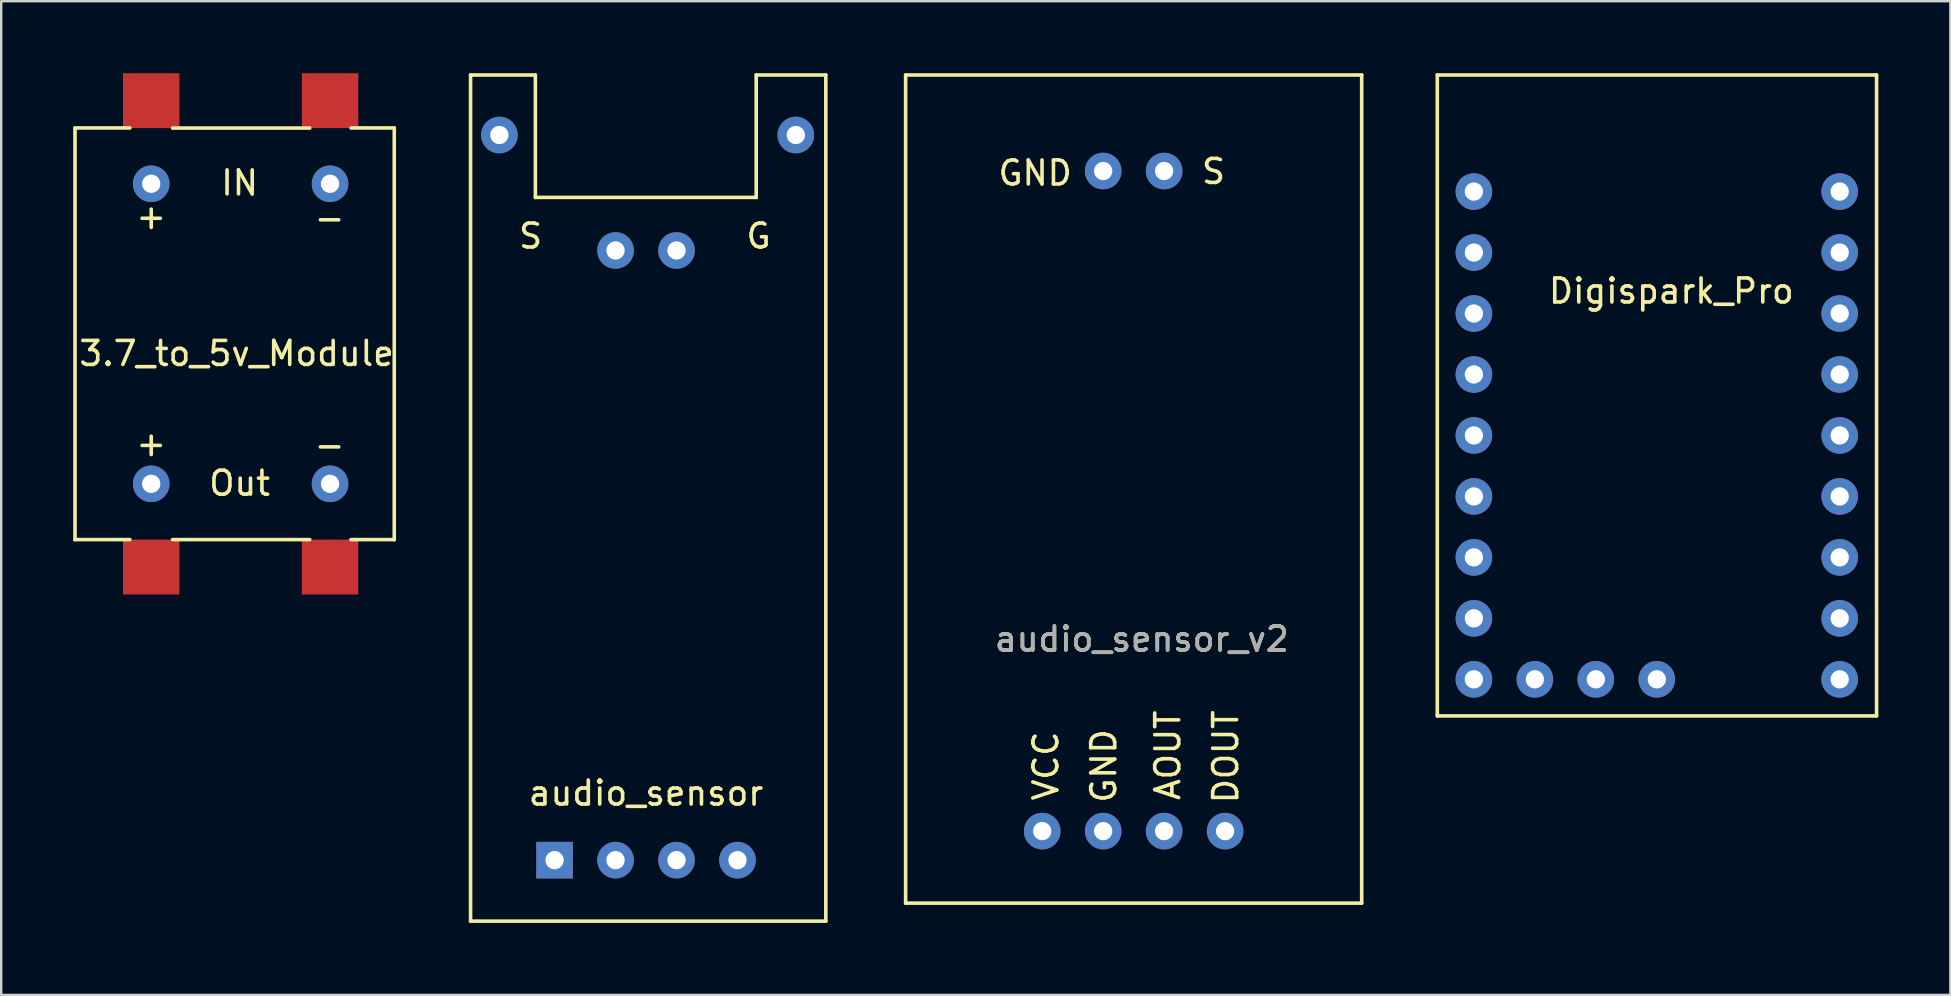
<source format=kicad_pcb>
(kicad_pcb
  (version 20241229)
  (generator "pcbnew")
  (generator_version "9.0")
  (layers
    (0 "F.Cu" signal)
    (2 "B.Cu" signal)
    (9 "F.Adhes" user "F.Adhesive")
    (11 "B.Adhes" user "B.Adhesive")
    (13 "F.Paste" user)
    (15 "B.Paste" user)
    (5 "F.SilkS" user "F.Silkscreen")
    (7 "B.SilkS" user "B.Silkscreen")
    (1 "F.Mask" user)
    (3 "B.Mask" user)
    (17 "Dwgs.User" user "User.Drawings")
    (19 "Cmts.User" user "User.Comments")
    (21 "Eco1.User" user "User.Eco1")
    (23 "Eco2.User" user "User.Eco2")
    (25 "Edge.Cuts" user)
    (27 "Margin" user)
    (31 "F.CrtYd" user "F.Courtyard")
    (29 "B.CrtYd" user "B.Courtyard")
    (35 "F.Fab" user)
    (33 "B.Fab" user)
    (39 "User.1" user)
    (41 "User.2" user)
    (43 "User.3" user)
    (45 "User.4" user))
  (footprint "Digispark_Pro"
    (layer "F.Cu")
    (at 65.929 12.525)
    (property "Reference" "Digispark_Pro" (at 0.65 -3.45 0) (layer "F.SilkS") (effects (font (size 1 1) (thickness 0.15))))
    (attr through_hole)
    (fp_line (start -9.1 -12.45) (end -9.1 14.25) (stroke (width 0.15) (type solid)) (layer "F.SilkS"))
    (fp_line (start -9.1 14.25) (end 9.2 14.25) (stroke (width 0.15) (type solid)) (layer "F.SilkS"))
    (fp_line (start 9.2 -12.45) (end -9.1 -12.45) (stroke (width 0.15) (type solid)) (layer "F.SilkS"))
    (fp_line (start 9.2 14.25) (end 9.2 -12.45) (stroke (width 0.15) (type solid)) (layer "F.SilkS"))
    (pad "0" thru_hole circle (at 7.664 10.186) (size 1.524 1.524) (drill 0.762) (layers "*.Cu" "*.Mask"))
    (pad "1" thru_hole circle (at 7.664 7.646) (size 1.524 1.524) (drill 0.762) (layers "*.Cu" "*.Mask"))
    (pad "2" thru_hole circle (at 7.664 5.106) (size 1.524 1.524) (drill 0.762) (layers "*.Cu" "*.Mask"))
    (pad "3" thru_hole circle (at 7.664 2.566) (size 1.524 1.524) (drill 0.762) (layers "*.Cu" "*.Mask"))
    (pad "4" thru_hole circle (at 7.664 0.026) (size 1.524 1.524) (drill 0.762) (layers "*.Cu" "*.Mask"))
    (pad "5" thru_hole circle (at 7.664 -2.514) (size 1.524 1.524) (drill 0.762) (layers "*.Cu" "*.Mask"))
    (pad "6" thru_hole circle (at -7.576 10.186) (size 1.524 1.524) (drill 0.762) (layers "*.Cu" "*.Mask"))
    (pad "7" thru_hole circle (at -7.576 7.646) (size 1.524 1.524) (drill 0.762) (layers "*.Cu" "*.Mask"))
    (pad "8" thru_hole circle (at -7.576 5.106) (size 1.524 1.524) (drill 0.762) (layers "*.Cu" "*.Mask"))
    (pad "9" thru_hole circle (at -7.576 2.566) (size 1.524 1.524) (drill 0.762) (layers "*.Cu" "*.Mask"))
    (pad "10" thru_hole circle (at -7.576 0.026) (size 1.524 1.524) (drill 0.762) (layers "*.Cu" "*.Mask"))
    (pad "11" thru_hole circle (at -7.576 -2.514) (size 1.524 1.524) (drill 0.762) (layers "*.Cu" "*.Mask"))
    (pad "12" thru_hole circle (at -7.576 -5.054) (size 1.524 1.524) (drill 0.762) (layers "*.Cu" "*.Mask"))
    (pad "13" thru_hole circle (at -7.576 -7.594) (size 1.524 1.524) (drill 0.762) (layers "*.Cu" "*.Mask"))
    (pad "14" thru_hole circle (at -2.496 12.726) (size 1.524 1.524) (drill 0.762) (layers "*.Cu" "*.Mask"))
    (pad "14" thru_hole circle (at 7.664 -5.054) (size 1.524 1.524) (drill 0.762) (layers "*.Cu" "*.Mask"))
    (pad "15" thru_hole circle (at 0.044 12.726) (size 1.524 1.524) (drill 0.762) (layers "*.Cu" "*.Mask"))
    (pad "15" thru_hole circle (at 7.664 -7.594) (size 1.524 1.524) (drill 0.762) (layers "*.Cu" "*.Mask"))
    (pad "16" thru_hole circle (at -7.576 12.726) (size 1.524 1.524) (drill 0.762) (layers "*.Cu" "*.Mask"))
    (pad "16" thru_hole circle (at -5.036 12.726) (size 1.524 1.524) (drill 0.762) (layers "*.Cu" "*.Mask"))
    (pad "16" thru_hole circle (at 7.664 12.726) (size 1.524 1.524) (drill 0.762) (layers "*.Cu" "*.Mask")))
  (footprint "audio_sensor"
    (layer "F.Cu")
    (at 20.054 32.785)
    (property "Reference" "audio_sensor" (at 3.81 -2.794 0) (layer "F.SilkS") (effects (font (size 1 1) (thickness 0.15))))
    (attr through_hole)
    (fp_line (start -3.5 -32.71) (end -0.8 -32.71) (stroke (width 0.15) (type solid)) (layer "F.SilkS"))
    (fp_line (start -3.5 2.54) (end -3.5 -32.71) (stroke (width 0.15) (type solid)) (layer "F.SilkS"))
    (fp_line (start -3.5 2.54) (end 11.3 2.54) (stroke (width 0.15) (type solid)) (layer "F.SilkS"))
    (fp_line (start -0.8 -32.71) (end -0.8 -27.61) (stroke (width 0.15) (type solid)) (layer "F.SilkS"))
    (fp_line (start -0.8 -27.61) (end 8.4 -27.61) (stroke (width 0.15) (type solid)) (layer "F.SilkS"))
    (fp_line (start 8.4 -32.71) (end 8.4 -27.61) (stroke (width 0.15) (type solid)) (layer "F.SilkS"))
    (fp_line (start 11.3 -32.71) (end 8.4 -32.71) (stroke (width 0.15) (type solid)) (layer "F.SilkS"))
    (fp_line (start 11.3 2.54) (end 11.3 -32.71) (stroke (width 0.15) (type solid)) (layer "F.SilkS"))
    (fp_text user "G" (at 8.5 -26 0) (layer "F.SilkS") (effects (font (size 1 1) (thickness 0.15))))
    (fp_text user "S" (at -1 -26 0) (layer "F.SilkS") (effects (font (size 1 1) (thickness 0.15))))
    (pad "1" thru_hole rect (at 0 0) (size 1.524 1.524) (drill 0.762) (layers "*.Cu" "*.Mask"))
    (pad "2" thru_hole circle (at 2.54 0) (size 1.524 1.524) (drill 0.762) (layers "*.Cu" "*.Mask"))
    (pad "2" thru_hole circle (at 5.08 -25.4) (size 1.524 1.524) (drill 0.762) (layers "*.Cu" "*.Mask"))
    (pad "2" thru_hole circle (at 10.05 -30.21) (size 1.524 1.524) (drill 0.762) (layers "*.Cu" "*.Mask"))
    (pad "3" thru_hole circle (at 5.08 0) (size 1.524 1.524) (drill 0.762) (layers "*.Cu" "*.Mask"))
    (pad "4" thru_hole circle (at 7.62 0) (size 1.524 1.524) (drill 0.762) (layers "*.Cu" "*.Mask"))
    (pad "5" thru_hole circle (at -2.3 -30.21) (size 1.524 1.524) (drill 0.762) (layers "*.Cu" "*.Mask"))
    (pad "5" thru_hole circle (at 2.54 -25.4) (size 1.524 1.524) (drill 0.762) (layers "*.Cu" "*.Mask")))
  (footprint "audio_sensor_v2"
    (layer "F.Cu")
    (at 34.679 34.575)
    (property "Reference" "audio_sensor_v2" (at 9.842 -11.002 0) (layer "F.SilkS") (effects (font (size 1 1) (thickness 0.15))))
    (attr smd)
    (fp_line (start 0 -34.5) (end 19 -34.5) (stroke (width 0.15) (type solid)) (layer "F.SilkS"))
    (fp_line (start 0 0) (end 0 -34.5) (stroke (width 0.15) (type solid)) (layer "F.SilkS"))
    (fp_line (start 0 0) (end 19 0) (stroke (width 0.15) (type solid)) (layer "F.SilkS"))
    (fp_line (start 19 0) (end 19 -34.5) (stroke (width 0.15) (type solid)) (layer "F.SilkS"))
    (fp_text user "GND" (at 5.397 -30.416 180) (layer "F.SilkS") (effects (font (size 1 1) (thickness 0.15))))
    (fp_text user "S" (at 12.827 -30.48 0) (layer "F.SilkS") (effects (font (size 1 1) (thickness 0.15))))
    (fp_text user "GND" (at 8.255 -5.715 90) (layer "F.SilkS") (effects (font (size 1 1) (thickness 0.15))))
    (fp_text user "AOUT" (at 10.922 -6.16 90) (layer "F.SilkS") (effects (font (size 1 1) (thickness 0.15))))
    (fp_text user "DOUT" (at 13.335 -6.096 90) (layer "F.SilkS") (effects (font (size 1 1) (thickness 0.15))))
    (fp_text user "VCC" (at 5.842 -5.715 90) (layer "F.SilkS") (effects (font (size 1 1) (thickness 0.15))))
    (fp_text user "${REFERENCE}" (at 9.842 -11.002 0) (layer "F.Fab") (effects (font (size 1 1) (thickness 0.15))))
    (pad "1" thru_hole circle (at 10.77 -3) (size 1.524 1.524) (drill 0.762) (layers "*.Cu" "*.Mask"))
    (pad "2" thru_hole circle (at 8.23 -30.5) (size 1.524 1.524) (drill 0.762) (layers "*.Cu" "*.Mask"))
    (pad "2" thru_hole circle (at 8.23 -3) (size 1.524 1.524) (drill 0.762) (layers "*.Cu" "*.Mask"))
    (pad "3" thru_hole circle (at 5.69 -3) (size 1.524 1.524) (drill 0.762) (layers "*.Cu" "*.Mask"))
    (pad "4" thru_hole circle (at 13.31 -3) (size 1.524 1.524) (drill 0.762) (layers "*.Cu" "*.Mask"))
    (pad "5" thru_hole circle (at 10.77 -30.5) (size 1.524 1.524) (drill 0.762) (layers "*.Cu" "*.Mask")))
  (footprint "3.7_to_5v_Module"
    (layer "F.Cu")
    (at 6.933 10.287)
    (property "Reference" "3.7_to_5v_Module" (at -0.127 1.389 0) (layer "F.SilkS") (effects (font (size 1 1) (thickness 0.15))))
    (attr through_hole)
    (fp_line (start -6.858 -8.006) (end -4.572 -8.006) (stroke (width 0.15) (type solid)) (layer "F.SilkS"))
    (fp_line (start -6.858 9.144) (end -6.858 -8.006) (stroke (width 0.15) (type solid)) (layer "F.SilkS"))
    (fp_line (start -6.858 9.144) (end -4.572 9.144) (stroke (width 0.15) (type solid)) (layer "F.SilkS"))
    (fp_line (start -2.794 -8.001) (end 2.921 -8.001) (stroke (width 0.15) (type solid)) (layer "F.SilkS"))
    (fp_line (start -2.794 9.144) (end 2.921 9.144) (stroke (width 0.15) (type solid)) (layer "F.SilkS"))
    (fp_line (start 4.636 9.144) (end 6.442 9.144) (stroke (width 0.15) (type solid)) (layer "F.SilkS"))
    (fp_line (start 4.642 -8.006) (end 6.442 -8.006) (stroke (width 0.15) (type solid)) (layer "F.SilkS"))
    (fp_line (start 6.442 9.144) (end 6.442 -8.006) (stroke (width 0.15) (type solid)) (layer "F.SilkS"))
    (fp_text user "+" (at -3.683 5.144 0) (layer "F.SilkS") (effects (font (size 1 1) (thickness 0.15))))
    (fp_text user "-" (at 3.747 -4.255 0) (layer "F.SilkS") (effects (font (size 1 1) (thickness 0.15))))
    (fp_text user "+" (at -3.683 -4.318 0) (layer "F.SilkS") (effects (font (size 1 1) (thickness 0.15))))
    (fp_text user "-" (at 3.747 5.207 0) (layer "F.SilkS") (effects (font (size 1 1) (thickness 0.15))))
    (fp_text user "Out" (at 0 6.795 0) (layer "F.SilkS") (effects (font (size 1 1) (thickness 0.15))))
    (fp_text user "IN" (at 0 -5.715 0) (layer "F.SilkS") (effects (font (size 1 1) (thickness 0.15))))
    (pad "1" thru_hole circle (at -3.683 6.819) (size 1.524 1.524) (drill 0.762) (layers "*.Cu" "*.Mask"))
    (pad "1" smd rect (at -3.683 10.287) (size 2.35 2.286) (layers "F.Cu" "F.Mask" "F.Paste"))
    (pad "2" thru_hole circle (at 3.767 6.819) (size 1.524 1.524) (drill 0.762) (layers "*.Cu" "*.Mask"))
    (pad "2" smd rect (at 3.767 10.287) (size 2.35 2.286) (layers "F.Cu" "F.Mask" "F.Paste"))
    (pad "3" smd rect (at -3.683 -9.144) (size 2.35 2.286) (layers "F.Cu" "F.Mask" "F.Paste"))
    (pad "3" thru_hole circle (at -3.683 -5.681) (size 1.524 1.524) (drill 0.762) (layers "*.Cu" "*.Mask"))
    (pad "4" smd rect (at 3.767 -9.144) (size 2.35 2.286) (layers "F.Cu" "F.Mask" "F.Paste"))
    (pad "4" thru_hole circle (at 3.767 -5.681) (size 1.524 1.524) (drill 0.762) (layers "*.Cu" "*.Mask")))
  (gr_rect
    (start -3 -3)
    (end 78.204 38.4)
    (stroke (width 0.1) (type default))
    (fill no)
    (layer "Edge.Cuts")))
</source>
